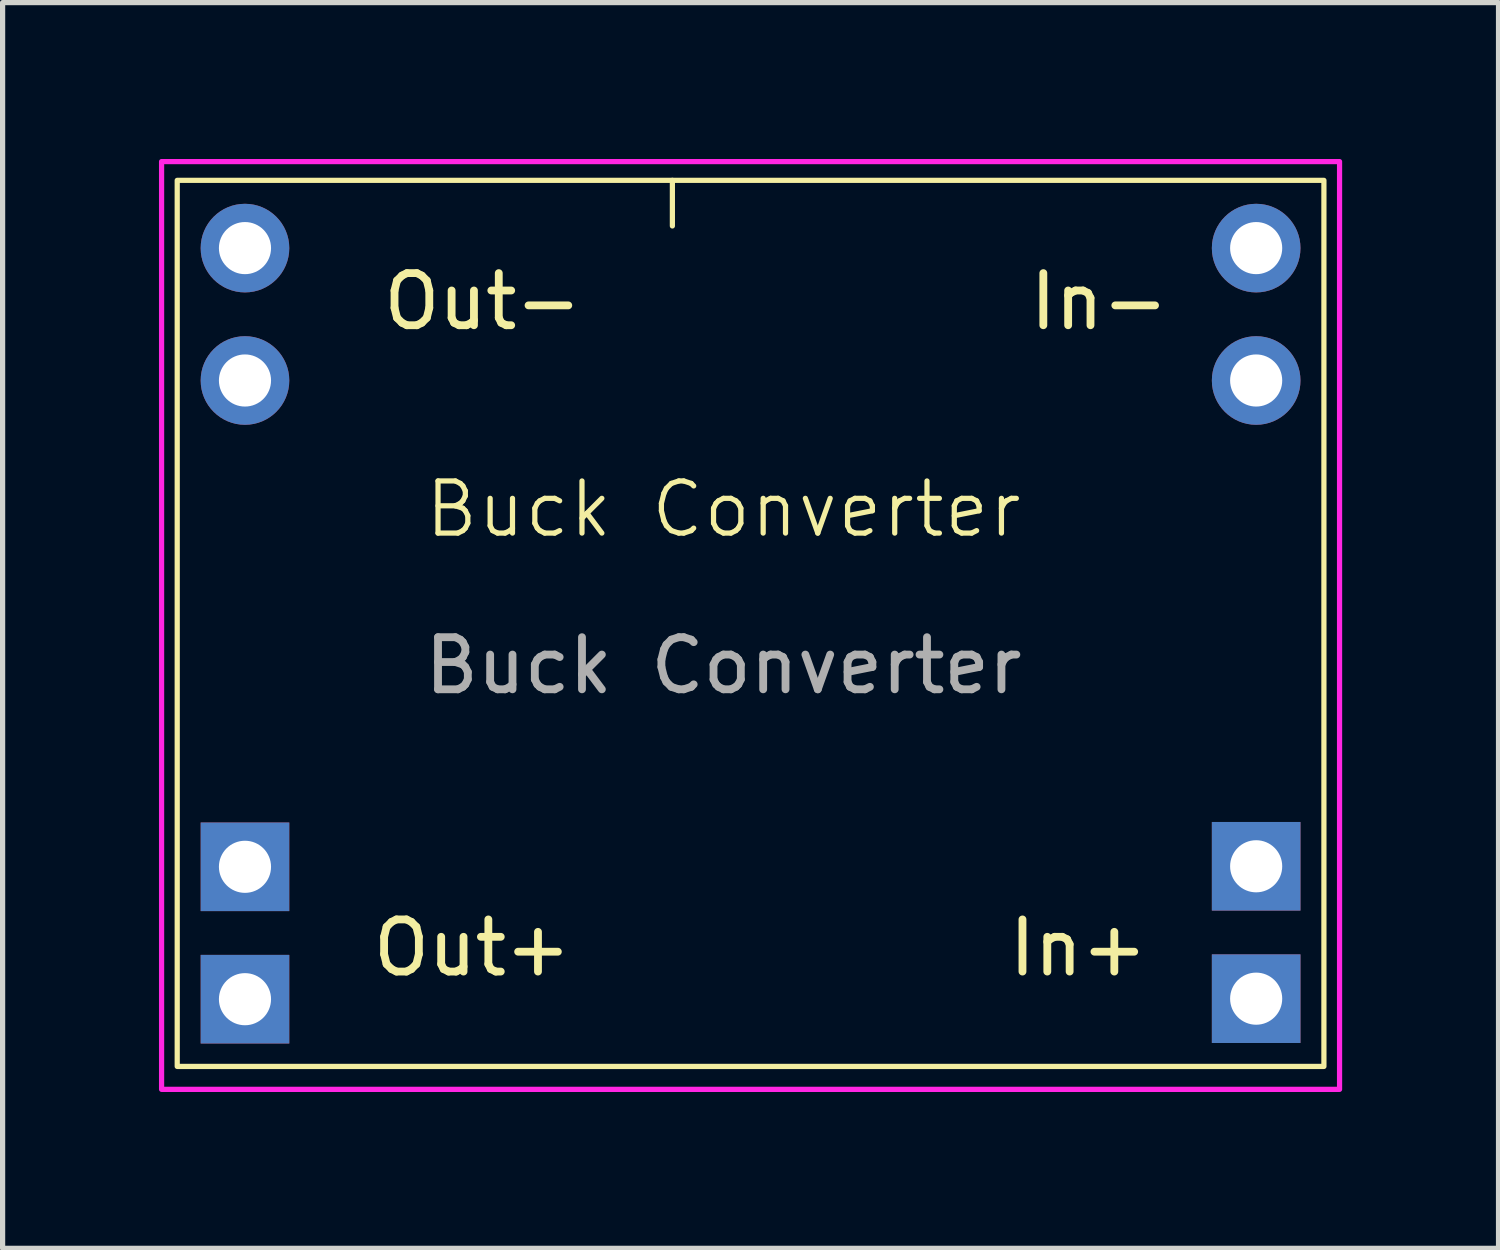
<source format=kicad_pcb>
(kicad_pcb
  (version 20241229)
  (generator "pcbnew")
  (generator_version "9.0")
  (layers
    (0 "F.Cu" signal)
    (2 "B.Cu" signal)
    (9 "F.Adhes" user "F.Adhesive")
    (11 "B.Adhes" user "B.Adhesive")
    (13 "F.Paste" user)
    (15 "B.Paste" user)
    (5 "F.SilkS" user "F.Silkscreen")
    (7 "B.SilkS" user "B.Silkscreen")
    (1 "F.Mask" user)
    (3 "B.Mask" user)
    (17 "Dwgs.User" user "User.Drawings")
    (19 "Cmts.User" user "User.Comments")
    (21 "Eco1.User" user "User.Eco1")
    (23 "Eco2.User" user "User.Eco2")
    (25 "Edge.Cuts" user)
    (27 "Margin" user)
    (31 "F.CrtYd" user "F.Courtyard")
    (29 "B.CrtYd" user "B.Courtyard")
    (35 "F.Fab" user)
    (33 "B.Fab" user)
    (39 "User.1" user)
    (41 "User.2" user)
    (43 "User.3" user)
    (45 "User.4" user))
  (footprint "Buck Converter"
    (layer "F.Cu")
    (at 10.83 4.72)
    (property "Reference" "Buck Converter" (at 0 2 0) (unlocked yes) (layer "F.SilkS") (effects (font (size 1 1) (thickness 0.1))))
    (attr smd)
    (fp_rect (start -10.48 -4.31) (end 11.52 12.69) (stroke (width 0.1) (type default)) (fill no) (layer "F.SilkS"))
    (fp_rect (start -0.98 -4.31) (end -0.98 -3.435) (stroke (width 0.1) (type default)) (fill no) (layer "F.SilkS"))
    (fp_rect (start -10.78 -4.67) (end 11.82 13.13) (stroke (width 0.1) (type default)) (fill no) (layer "F.CrtYd"))
    (fp_text user "Out+" (at -6.8 11 0) (unlocked yes) (layer "F.SilkS") (effects (font (size 1 1) (thickness 0.15)) (justify left bottom)))
    (fp_text user "In-" (at 5.8 -1.4 0) (unlocked yes) (layer "F.SilkS") (effects (font (size 1 1) (thickness 0.15)) (justify left bottom)))
    (fp_text user "In+" (at 5.4 11 0) (unlocked yes) (layer "F.SilkS") (effects (font (size 1 1) (thickness 0.15)) (justify left bottom)))
    (fp_text user "Out-" (at -6.6 -1.4 0) (unlocked yes) (layer "F.SilkS") (effects (font (size 1 1) (thickness 0.15)) (justify left bottom)))
    (fp_text user "${REFERENCE}" (at 0 5 0) (unlocked yes) (layer "F.Fab") (effects (font (size 1 1) (thickness 0.15))))
    (pad "1" thru_hole circle (at -9.18 -0.47) (size 1.7 1.7) (drill 1) (layers "*.Cu" "*.Mask" "B.Paste"))
    (pad "2" thru_hole circle (at -9.18 -3.01) (size 1.7 1.7) (drill 1) (layers "*.Cu" "*.Mask" "B.Paste"))
    (pad "3" thru_hole rect (at -9.18 11.4) (size 1.7 1.7) (drill 1) (layers "*.Cu" "*.Mask"))
    (pad "4" thru_hole rect (at -9.18 8.86) (size 1.7 1.7) (drill 1) (layers "*.Cu" "*.Mask"))
    (pad "5" thru_hole circle (at 10.22 -0.47) (size 1.7 1.7) (drill 1) (layers "*.Cu" "*.Mask" "B.Paste"))
    (pad "6" thru_hole circle (at 10.22 -3.01) (size 1.7 1.7) (drill 1) (layers "*.Cu" "*.Mask" "B.Paste"))
    (pad "7" thru_hole rect (at 10.22 11.39) (size 1.7 1.7) (drill 1) (layers "*.Cu" "*.Mask"))
    (pad "8" thru_hole rect (at 10.22 8.85) (size 1.7 1.7) (drill 1) (layers "*.Cu" "*.Mask")))
  (gr_rect
    (start -3 -3)
    (end 25.7 20.9)
    (stroke (width 0.1) (type default))
    (fill no)
    (layer "Edge.Cuts")))
</source>
